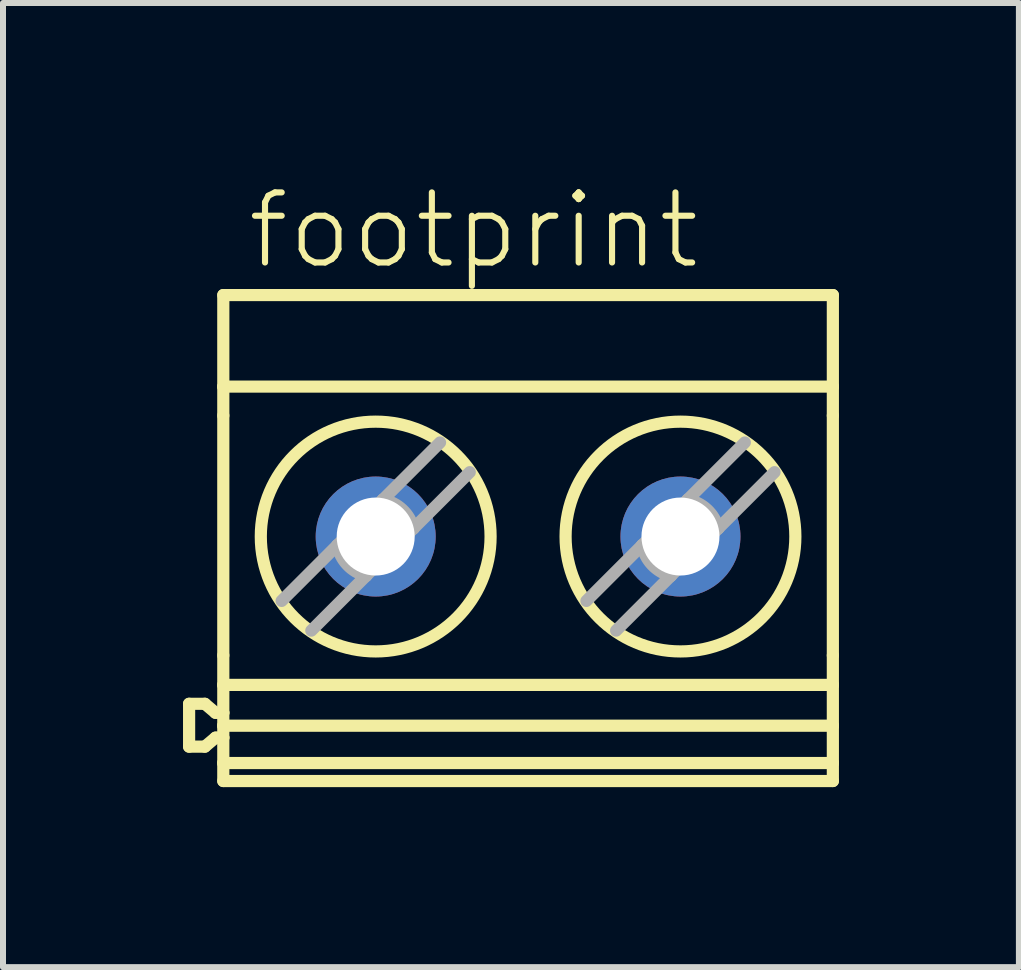
<source format=kicad_pcb>
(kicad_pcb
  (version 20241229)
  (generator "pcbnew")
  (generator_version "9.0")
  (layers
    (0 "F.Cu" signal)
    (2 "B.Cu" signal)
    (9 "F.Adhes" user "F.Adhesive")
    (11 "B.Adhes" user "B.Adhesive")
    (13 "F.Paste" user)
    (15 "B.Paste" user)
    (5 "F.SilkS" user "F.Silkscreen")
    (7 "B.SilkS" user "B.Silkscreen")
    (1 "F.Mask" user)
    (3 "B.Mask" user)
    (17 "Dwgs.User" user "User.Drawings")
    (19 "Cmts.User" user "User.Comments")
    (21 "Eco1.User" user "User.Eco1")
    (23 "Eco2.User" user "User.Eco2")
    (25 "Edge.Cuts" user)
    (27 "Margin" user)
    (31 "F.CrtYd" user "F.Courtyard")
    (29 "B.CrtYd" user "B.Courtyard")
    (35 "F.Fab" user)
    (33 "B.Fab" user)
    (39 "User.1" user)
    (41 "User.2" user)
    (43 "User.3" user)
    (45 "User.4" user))
  (footprint "footprint"
    (layer "F.Cu")
    (at 5.773 5.918)
    (property "Reference" "footprint" (at -4.751 -4.445 0) (layer "F.SilkS") (effects (font (size 1.168 1.168) (thickness 0.102)) (justify left bottom)))
    (fp_line (start -5.671 2.763) (end -5.671 3.477) (stroke (width 0.203) (type solid)) (layer "F.SilkS"))
    (fp_line (start -5.671 2.763) (end -5.408 2.763) (stroke (width 0.203) (type solid)) (layer "F.SilkS"))
    (fp_line (start -5.671 3.477) (end -5.408 3.477) (stroke (width 0.203) (type solid)) (layer "F.SilkS"))
    (fp_line (start -5.408 2.763) (end -5.23 2.913) (stroke (width 0.203) (type solid)) (layer "F.SilkS"))
    (fp_line (start -5.23 2.913) (end -5.101 2.913) (stroke (width 0.203) (type solid)) (layer "F.SilkS"))
    (fp_line (start -5.23 3.327) (end -5.408 3.477) (stroke (width 0.203) (type solid)) (layer "F.SilkS"))
    (fp_line (start -5.101 -4.05) (end 5.059 -4.05) (stroke (width 0.203) (type solid)) (layer "F.SilkS"))
    (fp_line (start -5.101 -2.524) (end -5.101 -4.05) (stroke (width 0.203) (type solid)) (layer "F.SilkS"))
    (fp_line (start -5.101 -2.524) (end -5.101 -2.041) (stroke (width 0.203) (type solid)) (layer "F.SilkS"))
    (fp_line (start -5.101 -2.524) (end 5.059 -2.524) (stroke (width 0.203) (type solid)) (layer "F.SilkS"))
    (fp_line (start -5.101 1.956) (end -5.101 -2.041) (stroke (width 0.203) (type solid)) (layer "F.SilkS"))
    (fp_line (start -5.101 1.956) (end -5.101 2.448) (stroke (width 0.203) (type solid)) (layer "F.SilkS"))
    (fp_line (start -5.101 2.913) (end -5.101 2.448) (stroke (width 0.203) (type solid)) (layer "F.SilkS"))
    (fp_line (start -5.101 3.128) (end -5.101 2.913) (stroke (width 0.203) (type solid)) (layer "F.SilkS"))
    (fp_line (start -5.101 3.128) (end 5.059 3.128) (stroke (width 0.203) (type solid)) (layer "F.SilkS"))
    (fp_line (start -5.101 3.327) (end -5.23 3.327) (stroke (width 0.203) (type solid)) (layer "F.SilkS"))
    (fp_line (start -5.101 3.327) (end -5.101 3.128) (stroke (width 0.203) (type solid)) (layer "F.SilkS"))
    (fp_line (start -5.101 3.75) (end -5.101 3.327) (stroke (width 0.203) (type solid)) (layer "F.SilkS"))
    (fp_line (start -5.101 3.75) (end -5.101 4.05) (stroke (width 0.203) (type solid)) (layer "F.SilkS"))
    (fp_line (start -5.101 4.05) (end 5.059 4.05) (stroke (width 0.203) (type solid)) (layer "F.SilkS"))
    (fp_line (start 5.059 -2.524) (end 5.059 -4.05) (stroke (width 0.203) (type solid)) (layer "F.SilkS"))
    (fp_line (start 5.059 -2.524) (end 5.059 -2.041) (stroke (width 0.203) (type solid)) (layer "F.SilkS"))
    (fp_line (start 5.059 1.956) (end 5.059 -2.041) (stroke (width 0.203) (type solid)) (layer "F.SilkS"))
    (fp_line (start 5.059 1.956) (end 5.059 2.448) (stroke (width 0.203) (type solid)) (layer "F.SilkS"))
    (fp_line (start 5.059 2.448) (end -5.101 2.448) (stroke (width 0.203) (type solid)) (layer "F.SilkS"))
    (fp_line (start 5.059 3.128) (end 5.059 2.448) (stroke (width 0.203) (type solid)) (layer "F.SilkS"))
    (fp_line (start 5.059 3.75) (end -5.101 3.75) (stroke (width 0.203) (type solid)) (layer "F.SilkS"))
    (fp_line (start 5.059 3.75) (end 5.059 3.128) (stroke (width 0.203) (type solid)) (layer "F.SilkS"))
    (fp_line (start 5.059 3.75) (end 5.059 4.05) (stroke (width 0.203) (type solid)) (layer "F.SilkS"))
    (fp_circle (center -2.561 -0.025) (end -0.646 -0.025) (stroke (width 0.203) (type solid)) (fill no) (layer "F.SilkS"))
    (fp_circle (center 2.519 -0.025) (end 4.434 -0.025) (stroke (width 0.203) (type solid)) (fill no) (layer "F.SilkS"))
    (fp_line (start -4.129 1.048) (end -3.2 0.119) (stroke (width 0.203) (type solid)) (layer "F.Fab"))
    (fp_line (start -3.2 0.119) (end -2.561 -0.52) (stroke (width 0.203) (type solid)) (layer "F.Fab"))
    (fp_line (start -2.721 0.63) (end -3.634 1.543) (stroke (width 0.203) (type solid)) (layer "F.Fab"))
    (fp_line (start -2.561 -0.52) (end -2.442 -0.639) (stroke (width 0.203) (type solid)) (layer "F.Fab"))
    (fp_line (start -2.561 0.47) (end -2.721 0.63) (stroke (width 0.203) (type solid)) (layer "F.Fab"))
    (fp_line (start -2.442 -0.639) (end -1.488 -1.593) (stroke (width 0.203) (type solid)) (layer "F.Fab"))
    (fp_line (start -1.931 -0.16) (end -2.561 0.47) (stroke (width 0.203) (type solid)) (layer "F.Fab"))
    (fp_line (start -0.993 -1.098) (end -1.931 -0.16) (stroke (width 0.203) (type solid)) (layer "F.Fab"))
    (fp_line (start 0.951 1.048) (end 1.88 0.119) (stroke (width 0.203) (type solid)) (layer "F.Fab"))
    (fp_line (start 1.88 0.119) (end 2.519 -0.52) (stroke (width 0.203) (type solid)) (layer "F.Fab"))
    (fp_line (start 2.359 0.63) (end 1.446 1.543) (stroke (width 0.203) (type solid)) (layer "F.Fab"))
    (fp_line (start 2.519 -0.52) (end 2.638 -0.639) (stroke (width 0.203) (type solid)) (layer "F.Fab"))
    (fp_line (start 2.519 0.47) (end 2.359 0.63) (stroke (width 0.203) (type solid)) (layer "F.Fab"))
    (fp_line (start 2.638 -0.639) (end 3.592 -1.593) (stroke (width 0.203) (type solid)) (layer "F.Fab"))
    (fp_line (start 3.149 -0.16) (end 2.519 0.47) (stroke (width 0.203) (type solid)) (layer "F.Fab"))
    (fp_line (start 4.087 -1.098) (end 3.149 -0.16) (stroke (width 0.203) (type solid)) (layer "F.Fab"))
    (fp_arc (start -2.721099 0.63) (mid -3.035315 0.444537) (end -3.2001 0.119) (stroke (width 0.2032) (type solid)) (layer "F.Fab"))
    (fp_arc (start -2.4421 -0.639) (mid -2.116563 -0.474216) (end -1.9311 -0.16) (stroke (width 0.2032) (type solid)) (layer "F.Fab"))
    (fp_arc (start 2.3589 0.629999) (mid 2.044684 0.444536) (end 1.8799 0.119) (stroke (width 0.2032) (type solid)) (layer "F.Fab"))
    (fp_arc (start 2.6379 -0.639001) (mid 2.963437 -0.474216) (end 3.1489 -0.16) (stroke (width 0.2032) (type solid)) (layer "F.Fab"))
    (pad "1" thru_hole circle (at -2.561 -0.025) (size 2 2) (drill 1.3) (layers "*.Cu" "*.Mask"))
    (pad "2" thru_hole circle (at 2.519 -0.025) (size 2 2) (drill 1.3) (layers "*.Cu" "*.Mask")))
  (gr_rect
    (start -3 -3)
    (end 13.933 13.07)
    (stroke (width 0.1) (type default))
    (fill no)
    (layer "Edge.Cuts")))
</source>
